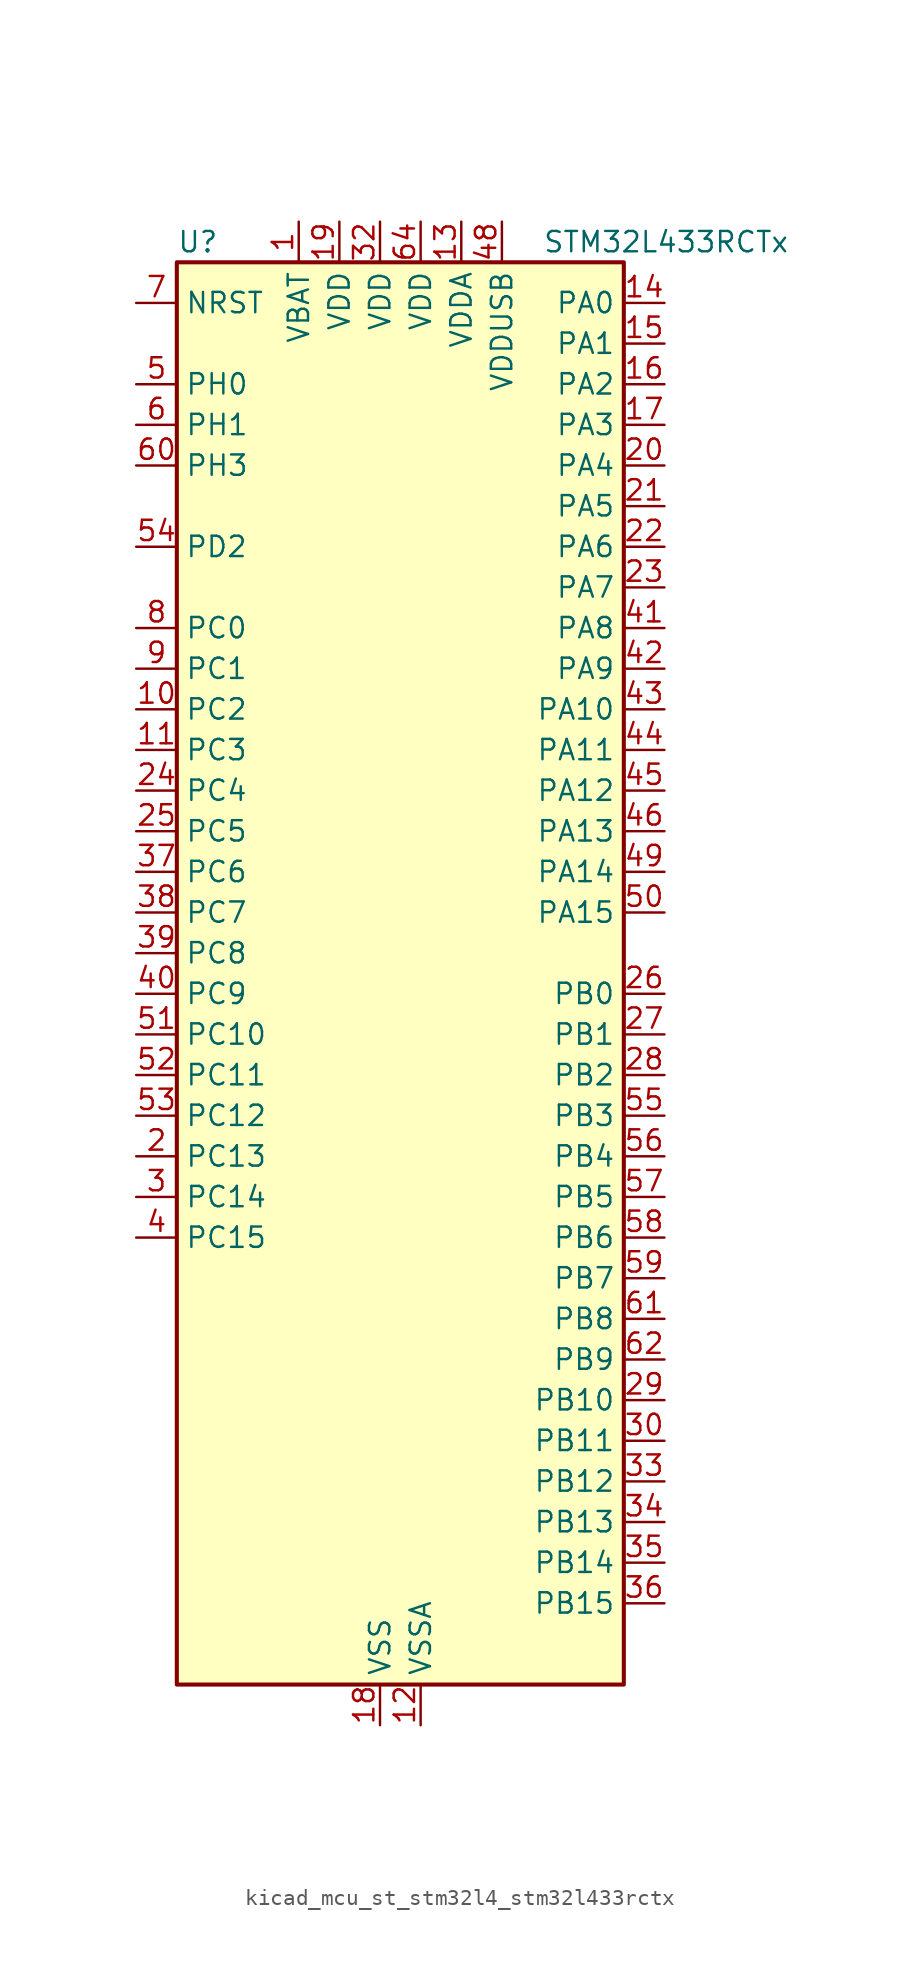
<source format=kicad_sym>
(kicad_symbol_lib
  (version 20220914)
  (generator kicad_symbol_editor)
  (symbol "kicad_mcu_st_stm32l4_stm32l433rctx"
    (property "Reference" "U"
      (at -12.7 46.99 0)
      (effects (font (size 1.27 1.27)) (justify left)))
    (property "Value" "STM32L433RCTx"
      (at 10.16 46.99 0)
      (effects (font (size 1.27 1.27)) (justify left)))
    (property "ki_locked" ""
      (at 0 0 0)
      (effects (font (size 1.27 1.27))))
    (symbol "kicad_mcu_st_stm32l4_stm32l433rctx_0_1"
      (rectangle (start -12.7 -43.18) (end 15.24 45.72) (stroke (width 0.254) (type default)) (fill (type background))))
    (symbol "kicad_mcu_st_stm32l4_stm32l433rctx_1_1"
      (pin power_in line (at -5.08 48.26 270) (length 2.54) (name "VBAT" (effects (font (size 1.27 1.27)))) (number "1" (effects (font (size 1.27 1.27)))))
      (pin bidirectional line (at -15.24 17.78 0) (length 2.54) (name "PC2" (effects (font (size 1.27 1.27)))) (number "10" (effects (font (size 1.27 1.27)))) (alternate "ADC1_IN3" bidirectional line) (alternate "LCD_SEG20" bidirectional line) (alternate "LPTIM1_IN2" bidirectional line) (alternate "SPI2_MISO" bidirectional line))
      (pin bidirectional line (at -15.24 15.24 0) (length 2.54) (name "PC3" (effects (font (size 1.27 1.27)))) (number "11" (effects (font (size 1.27 1.27)))) (alternate "ADC1_IN4" bidirectional line) (alternate "LCD_VLCD" bidirectional line) (alternate "LPTIM1_ETR" bidirectional line) (alternate "LPTIM2_ETR" bidirectional line) (alternate "SAI1_SD_A" bidirectional line) (alternate "SPI2_MOSI" bidirectional line))
      (pin power_in line (at 2.54 -45.72 90) (length 2.54) (name "VSSA" (effects (font (size 1.27 1.27)))) (number "12" (effects (font (size 1.27 1.27)))))
      (pin power_in line (at 5.08 48.26 270) (length 2.54) (name "VDDA" (effects (font (size 1.27 1.27)))) (number "13" (effects (font (size 1.27 1.27)))))
      (pin bidirectional line (at 17.78 43.18 180) (length 2.54) (name "PA0" (effects (font (size 1.27 1.27)))) (number "14" (effects (font (size 1.27 1.27)))) (alternate "ADC1_IN5" bidirectional line) (alternate "COMP1_INM" bidirectional line) (alternate "COMP1_OUT" bidirectional line) (alternate "OPAMP1_VINP" bidirectional line) (alternate "RTC_TAMP2" bidirectional line) (alternate "SAI1_EXTCLK" bidirectional line) (alternate "SYS_WKUP1" bidirectional line) (alternate "TIM2_CH1" bidirectional line) (alternate "TIM2_ETR" bidirectional line) (alternate "USART2_CTS" bidirectional line))
      (pin bidirectional line (at 17.78 40.64 180) (length 2.54) (name "PA1" (effects (font (size 1.27 1.27)))) (number "15" (effects (font (size 1.27 1.27)))) (alternate "ADC1_IN6" bidirectional line) (alternate "COMP1_INP" bidirectional line) (alternate "I2C1_SMBA" bidirectional line) (alternate "LCD_SEG0" bidirectional line) (alternate "OPAMP1_VINM" bidirectional line) (alternate "SPI1_SCK" bidirectional line) (alternate "TIM15_CH1N" bidirectional line) (alternate "TIM2_CH2" bidirectional line) (alternate "USART2_DE" bidirectional line) (alternate "USART2_RTS" bidirectional line))
      (pin bidirectional line (at 17.78 38.1 180) (length 2.54) (name "PA2" (effects (font (size 1.27 1.27)))) (number "16" (effects (font (size 1.27 1.27)))) (alternate "ADC1_IN7" bidirectional line) (alternate "COMP2_INM" bidirectional line) (alternate "COMP2_OUT" bidirectional line) (alternate "LCD_SEG1" bidirectional line) (alternate "LPUART1_TX" bidirectional line) (alternate "QUADSPI_BK1_NCS" bidirectional line) (alternate "RCC_LSCO" bidirectional line) (alternate "SYS_WKUP4" bidirectional line) (alternate "TIM15_CH1" bidirectional line) (alternate "TIM2_CH3" bidirectional line) (alternate "USART2_TX" bidirectional line))
      (pin bidirectional line (at 17.78 35.56 180) (length 2.54) (name "PA3" (effects (font (size 1.27 1.27)))) (number "17" (effects (font (size 1.27 1.27)))) (alternate "ADC1_IN8" bidirectional line) (alternate "COMP2_INP" bidirectional line) (alternate "LCD_SEG2" bidirectional line) (alternate "LPUART1_RX" bidirectional line) (alternate "OPAMP1_VOUT" bidirectional line) (alternate "QUADSPI_CLK" bidirectional line) (alternate "SAI1_MCLK_A" bidirectional line) (alternate "TIM15_CH2" bidirectional line) (alternate "TIM2_CH4" bidirectional line) (alternate "USART2_RX" bidirectional line))
      (pin power_in line (at 0 -45.72 90) (length 2.54) (name "VSS" (effects (font (size 1.27 1.27)))) (number "18" (effects (font (size 1.27 1.27)))))
      (pin power_in line (at -2.54 48.26 270) (length 2.54) (name "VDD" (effects (font (size 1.27 1.27)))) (number "19" (effects (font (size 1.27 1.27)))))
      (pin bidirectional line (at -15.24 -10.16 0) (length 2.54) (name "PC13" (effects (font (size 1.27 1.27)))) (number "2" (effects (font (size 1.27 1.27)))) (alternate "RTC_OUT_ALARM" bidirectional line) (alternate "RTC_OUT_CALIB" bidirectional line) (alternate "RTC_TAMP1" bidirectional line) (alternate "RTC_TS" bidirectional line) (alternate "SYS_WKUP2" bidirectional line))
      (pin bidirectional line (at 17.78 33.02 180) (length 2.54) (name "PA4" (effects (font (size 1.27 1.27)))) (number "20" (effects (font (size 1.27 1.27)))) (alternate "ADC1_IN9" bidirectional line) (alternate "COMP1_INM" bidirectional line) (alternate "COMP2_INM" bidirectional line) (alternate "DAC1_OUT1" bidirectional line) (alternate "LPTIM2_OUT" bidirectional line) (alternate "SAI1_FS_B" bidirectional line) (alternate "SPI1_NSS" bidirectional line) (alternate "SPI3_NSS" bidirectional line) (alternate "USART2_CK" bidirectional line))
      (pin bidirectional line (at 17.78 30.48 180) (length 2.54) (name "PA5" (effects (font (size 1.27 1.27)))) (number "21" (effects (font (size 1.27 1.27)))) (alternate "ADC1_IN10" bidirectional line) (alternate "COMP1_INM" bidirectional line) (alternate "COMP2_INM" bidirectional line) (alternate "DAC1_OUT2" bidirectional line) (alternate "LPTIM2_ETR" bidirectional line) (alternate "SPI1_SCK" bidirectional line) (alternate "TIM2_CH1" bidirectional line) (alternate "TIM2_ETR" bidirectional line))
      (pin bidirectional line (at 17.78 27.94 180) (length 2.54) (name "PA6" (effects (font (size 1.27 1.27)))) (number "22" (effects (font (size 1.27 1.27)))) (alternate "ADC1_IN11" bidirectional line) (alternate "COMP1_OUT" bidirectional line) (alternate "LCD_SEG3" bidirectional line) (alternate "LPUART1_CTS" bidirectional line) (alternate "QUADSPI_BK1_IO3" bidirectional line) (alternate "SPI1_MISO" bidirectional line) (alternate "TIM16_CH1" bidirectional line) (alternate "TIM1_BKIN" bidirectional line) (alternate "TIM1_BKIN_COMP2" bidirectional line) (alternate "USART3_CTS" bidirectional line))
      (pin bidirectional line (at 17.78 25.4 180) (length 2.54) (name "PA7" (effects (font (size 1.27 1.27)))) (number "23" (effects (font (size 1.27 1.27)))) (alternate "ADC1_IN12" bidirectional line) (alternate "COMP2_OUT" bidirectional line) (alternate "I2C3_SCL" bidirectional line) (alternate "LCD_SEG4" bidirectional line) (alternate "QUADSPI_BK1_IO2" bidirectional line) (alternate "SPI1_MOSI" bidirectional line) (alternate "TIM1_CH1N" bidirectional line))
      (pin bidirectional line (at -15.24 12.7 0) (length 2.54) (name "PC4" (effects (font (size 1.27 1.27)))) (number "24" (effects (font (size 1.27 1.27)))) (alternate "ADC1_IN13" bidirectional line) (alternate "COMP1_INM" bidirectional line) (alternate "LCD_SEG22" bidirectional line) (alternate "USART3_TX" bidirectional line))
      (pin bidirectional line (at -15.24 10.16 0) (length 2.54) (name "PC5" (effects (font (size 1.27 1.27)))) (number "25" (effects (font (size 1.27 1.27)))) (alternate "ADC1_IN14" bidirectional line) (alternate "COMP1_INP" bidirectional line) (alternate "LCD_SEG23" bidirectional line) (alternate "SYS_WKUP5" bidirectional line) (alternate "USART3_RX" bidirectional line))
      (pin bidirectional line (at 17.78 0 180) (length 2.54) (name "PB0" (effects (font (size 1.27 1.27)))) (number "26" (effects (font (size 1.27 1.27)))) (alternate "ADC1_IN15" bidirectional line) (alternate "COMP1_OUT" bidirectional line) (alternate "LCD_SEG5" bidirectional line) (alternate "QUADSPI_BK1_IO1" bidirectional line) (alternate "SAI1_EXTCLK" bidirectional line) (alternate "SPI1_NSS" bidirectional line) (alternate "TIM1_CH2N" bidirectional line) (alternate "USART3_CK" bidirectional line))
      (pin bidirectional line (at 17.78 -2.54 180) (length 2.54) (name "PB1" (effects (font (size 1.27 1.27)))) (number "27" (effects (font (size 1.27 1.27)))) (alternate "ADC1_IN16" bidirectional line) (alternate "COMP1_INM" bidirectional line) (alternate "LCD_SEG6" bidirectional line) (alternate "LPTIM2_IN1" bidirectional line) (alternate "LPUART1_DE" bidirectional line) (alternate "LPUART1_RTS" bidirectional line) (alternate "QUADSPI_BK1_IO0" bidirectional line) (alternate "TIM1_CH3N" bidirectional line) (alternate "USART3_DE" bidirectional line) (alternate "USART3_RTS" bidirectional line))
      (pin bidirectional line (at 17.78 -5.08 180) (length 2.54) (name "PB2" (effects (font (size 1.27 1.27)))) (number "28" (effects (font (size 1.27 1.27)))) (alternate "COMP1_INP" bidirectional line) (alternate "I2C3_SMBA" bidirectional line) (alternate "LCD_VLCD" bidirectional line) (alternate "LPTIM1_OUT" bidirectional line) (alternate "RTC_OUT_ALARM" bidirectional line) (alternate "RTC_OUT_CALIB" bidirectional line))
      (pin bidirectional line (at 17.78 -25.4 180) (length 2.54) (name "PB10" (effects (font (size 1.27 1.27)))) (number "29" (effects (font (size 1.27 1.27)))) (alternate "COMP1_OUT" bidirectional line) (alternate "I2C2_SCL" bidirectional line) (alternate "LCD_SEG10" bidirectional line) (alternate "LPUART1_RX" bidirectional line) (alternate "QUADSPI_CLK" bidirectional line) (alternate "SAI1_SCK_A" bidirectional line) (alternate "SPI2_SCK" bidirectional line) (alternate "TIM2_CH3" bidirectional line) (alternate "TSC_SYNC" bidirectional line) (alternate "USART3_TX" bidirectional line))
      (pin bidirectional line (at -15.24 -12.7 0) (length 2.54) (name "PC14" (effects (font (size 1.27 1.27)))) (number "3" (effects (font (size 1.27 1.27)))) (alternate "RCC_OSC32_IN" bidirectional line))
      (pin bidirectional line (at 17.78 -27.94 180) (length 2.54) (name "PB11" (effects (font (size 1.27 1.27)))) (number "30" (effects (font (size 1.27 1.27)))) (alternate "ADC1_EXTI11" bidirectional line) (alternate "COMP2_OUT" bidirectional line) (alternate "I2C2_SDA" bidirectional line) (alternate "LCD_SEG11" bidirectional line) (alternate "LPUART1_TX" bidirectional line) (alternate "QUADSPI_BK1_NCS" bidirectional line) (alternate "TIM2_CH4" bidirectional line) (alternate "USART3_RX" bidirectional line))
      (pin passive line (at 0 -45.72 90) (length 2.54) hide (name "VSS" (effects (font (size 1.27 1.27)))) (number "31" (effects (font (size 1.27 1.27)))))
      (pin power_in line (at 0 48.26 270) (length 2.54) (name "VDD" (effects (font (size 1.27 1.27)))) (number "32" (effects (font (size 1.27 1.27)))))
      (pin bidirectional line (at 17.78 -30.48 180) (length 2.54) (name "PB12" (effects (font (size 1.27 1.27)))) (number "33" (effects (font (size 1.27 1.27)))) (alternate "I2C2_SMBA" bidirectional line) (alternate "LCD_SEG12" bidirectional line) (alternate "LPUART1_DE" bidirectional line) (alternate "LPUART1_RTS" bidirectional line) (alternate "SAI1_FS_A" bidirectional line) (alternate "SPI2_NSS" bidirectional line) (alternate "SWPMI1_IO" bidirectional line) (alternate "TIM15_BKIN" bidirectional line) (alternate "TIM1_BKIN" bidirectional line) (alternate "TIM1_BKIN_COMP2" bidirectional line) (alternate "TSC_G1_IO1" bidirectional line) (alternate "USART3_CK" bidirectional line))
      (pin bidirectional line (at 17.78 -33.02 180) (length 2.54) (name "PB13" (effects (font (size 1.27 1.27)))) (number "34" (effects (font (size 1.27 1.27)))) (alternate "I2C2_SCL" bidirectional line) (alternate "LCD_SEG13" bidirectional line) (alternate "LPUART1_CTS" bidirectional line) (alternate "SAI1_SCK_A" bidirectional line) (alternate "SPI2_SCK" bidirectional line) (alternate "SWPMI1_TX" bidirectional line) (alternate "TIM15_CH1N" bidirectional line) (alternate "TIM1_CH1N" bidirectional line) (alternate "TSC_G1_IO2" bidirectional line) (alternate "USART3_CTS" bidirectional line))
      (pin bidirectional line (at 17.78 -35.56 180) (length 2.54) (name "PB14" (effects (font (size 1.27 1.27)))) (number "35" (effects (font (size 1.27 1.27)))) (alternate "I2C2_SDA" bidirectional line) (alternate "LCD_SEG14" bidirectional line) (alternate "SAI1_MCLK_A" bidirectional line) (alternate "SPI2_MISO" bidirectional line) (alternate "SWPMI1_RX" bidirectional line) (alternate "TIM15_CH1" bidirectional line) (alternate "TIM1_CH2N" bidirectional line) (alternate "TSC_G1_IO3" bidirectional line) (alternate "USART3_DE" bidirectional line) (alternate "USART3_RTS" bidirectional line))
      (pin bidirectional line (at 17.78 -38.1 180) (length 2.54) (name "PB15" (effects (font (size 1.27 1.27)))) (number "36" (effects (font (size 1.27 1.27)))) (alternate "ADC1_EXTI15" bidirectional line) (alternate "LCD_SEG15" bidirectional line) (alternate "RTC_REFIN" bidirectional line) (alternate "SAI1_SD_A" bidirectional line) (alternate "SPI2_MOSI" bidirectional line) (alternate "SWPMI1_SUSPEND" bidirectional line) (alternate "TIM15_CH2" bidirectional line) (alternate "TIM1_CH3N" bidirectional line) (alternate "TSC_G1_IO4" bidirectional line))
      (pin bidirectional line (at -15.24 7.62 0) (length 2.54) (name "PC6" (effects (font (size 1.27 1.27)))) (number "37" (effects (font (size 1.27 1.27)))) (alternate "LCD_SEG24" bidirectional line) (alternate "SDMMC1_D6" bidirectional line) (alternate "TSC_G4_IO1" bidirectional line))
      (pin bidirectional line (at -15.24 5.08 0) (length 2.54) (name "PC7" (effects (font (size 1.27 1.27)))) (number "38" (effects (font (size 1.27 1.27)))) (alternate "LCD_SEG25" bidirectional line) (alternate "SDMMC1_D7" bidirectional line) (alternate "TSC_G4_IO2" bidirectional line))
      (pin bidirectional line (at -15.24 2.54 0) (length 2.54) (name "PC8" (effects (font (size 1.27 1.27)))) (number "39" (effects (font (size 1.27 1.27)))) (alternate "LCD_SEG26" bidirectional line) (alternate "SDMMC1_D0" bidirectional line) (alternate "TSC_G4_IO3" bidirectional line))
      (pin bidirectional line (at -15.24 -15.24 0) (length 2.54) (name "PC15" (effects (font (size 1.27 1.27)))) (number "4" (effects (font (size 1.27 1.27)))) (alternate "ADC1_EXTI15" bidirectional line) (alternate "RCC_OSC32_OUT" bidirectional line))
      (pin bidirectional line (at -15.24 0 0) (length 2.54) (name "PC9" (effects (font (size 1.27 1.27)))) (number "40" (effects (font (size 1.27 1.27)))) (alternate "DAC1_EXTI9" bidirectional line) (alternate "LCD_SEG27" bidirectional line) (alternate "SDMMC1_D1" bidirectional line) (alternate "TSC_G4_IO4" bidirectional line) (alternate "USB_NOE" bidirectional line))
      (pin bidirectional line (at 17.78 22.86 180) (length 2.54) (name "PA8" (effects (font (size 1.27 1.27)))) (number "41" (effects (font (size 1.27 1.27)))) (alternate "LCD_COM0" bidirectional line) (alternate "LPTIM2_OUT" bidirectional line) (alternate "RCC_MCO" bidirectional line) (alternate "SAI1_SCK_A" bidirectional line) (alternate "SWPMI1_IO" bidirectional line) (alternate "TIM1_CH1" bidirectional line) (alternate "USART1_CK" bidirectional line))
      (pin bidirectional line (at 17.78 20.32 180) (length 2.54) (name "PA9" (effects (font (size 1.27 1.27)))) (number "42" (effects (font (size 1.27 1.27)))) (alternate "DAC1_EXTI9" bidirectional line) (alternate "I2C1_SCL" bidirectional line) (alternate "LCD_COM1" bidirectional line) (alternate "SAI1_FS_A" bidirectional line) (alternate "TIM15_BKIN" bidirectional line) (alternate "TIM1_CH2" bidirectional line) (alternate "USART1_TX" bidirectional line))
      (pin bidirectional line (at 17.78 17.78 180) (length 2.54) (name "PA10" (effects (font (size 1.27 1.27)))) (number "43" (effects (font (size 1.27 1.27)))) (alternate "CRS_SYNC" bidirectional line) (alternate "I2C1_SDA" bidirectional line) (alternate "LCD_COM2" bidirectional line) (alternate "SAI1_SD_A" bidirectional line) (alternate "TIM1_CH3" bidirectional line) (alternate "USART1_RX" bidirectional line))
      (pin bidirectional line (at 17.78 15.24 180) (length 2.54) (name "PA11" (effects (font (size 1.27 1.27)))) (number "44" (effects (font (size 1.27 1.27)))) (alternate "ADC1_EXTI11" bidirectional line) (alternate "CAN1_RX" bidirectional line) (alternate "COMP1_OUT" bidirectional line) (alternate "SPI1_MISO" bidirectional line) (alternate "TIM1_BKIN2" bidirectional line) (alternate "TIM1_BKIN2_COMP1" bidirectional line) (alternate "TIM1_CH4" bidirectional line) (alternate "USART1_CTS" bidirectional line) (alternate "USB_DM" bidirectional line))
      (pin bidirectional line (at 17.78 12.7 180) (length 2.54) (name "PA12" (effects (font (size 1.27 1.27)))) (number "45" (effects (font (size 1.27 1.27)))) (alternate "CAN1_TX" bidirectional line) (alternate "SPI1_MOSI" bidirectional line) (alternate "TIM1_ETR" bidirectional line) (alternate "USART1_DE" bidirectional line) (alternate "USART1_RTS" bidirectional line) (alternate "USB_DP" bidirectional line))
      (pin bidirectional line (at 17.78 10.16 180) (length 2.54) (name "PA13" (effects (font (size 1.27 1.27)))) (number "46" (effects (font (size 1.27 1.27)))) (alternate "IR_OUT" bidirectional line) (alternate "SAI1_SD_B" bidirectional line) (alternate "SWPMI1_TX" bidirectional line) (alternate "SYS_JTMS-SWDIO" bidirectional line) (alternate "USB_NOE" bidirectional line))
      (pin passive line (at 0 -45.72 90) (length 2.54) hide (name "VSS" (effects (font (size 1.27 1.27)))) (number "47" (effects (font (size 1.27 1.27)))))
      (pin power_in line (at 7.62 48.26 270) (length 2.54) (name "VDDUSB" (effects (font (size 1.27 1.27)))) (number "48" (effects (font (size 1.27 1.27)))))
      (pin bidirectional line (at 17.78 7.62 180) (length 2.54) (name "PA14" (effects (font (size 1.27 1.27)))) (number "49" (effects (font (size 1.27 1.27)))) (alternate "I2C1_SMBA" bidirectional line) (alternate "LPTIM1_OUT" bidirectional line) (alternate "SAI1_FS_B" bidirectional line) (alternate "SWPMI1_RX" bidirectional line) (alternate "SYS_JTCK-SWCLK" bidirectional line))
      (pin bidirectional line (at -15.24 38.1 0) (length 2.54) (name "PH0" (effects (font (size 1.27 1.27)))) (number "5" (effects (font (size 1.27 1.27)))) (alternate "RCC_OSC_IN" bidirectional line))
      (pin bidirectional line (at 17.78 5.08 180) (length 2.54) (name "PA15" (effects (font (size 1.27 1.27)))) (number "50" (effects (font (size 1.27 1.27)))) (alternate "ADC1_EXTI15" bidirectional line) (alternate "LCD_SEG17" bidirectional line) (alternate "SPI1_NSS" bidirectional line) (alternate "SPI3_NSS" bidirectional line) (alternate "SWPMI1_SUSPEND" bidirectional line) (alternate "SYS_JTDI" bidirectional line) (alternate "TIM2_CH1" bidirectional line) (alternate "TIM2_ETR" bidirectional line) (alternate "TSC_G3_IO1" bidirectional line) (alternate "USART2_RX" bidirectional line) (alternate "USART3_DE" bidirectional line) (alternate "USART3_RTS" bidirectional line))
      (pin bidirectional line (at -15.24 -2.54 0) (length 2.54) (name "PC10" (effects (font (size 1.27 1.27)))) (number "51" (effects (font (size 1.27 1.27)))) (alternate "LCD_COM4" bidirectional line) (alternate "LCD_SEG28" bidirectional line) (alternate "LCD_SEG40" bidirectional line) (alternate "SDMMC1_D2" bidirectional line) (alternate "SPI3_SCK" bidirectional line) (alternate "TSC_G3_IO2" bidirectional line) (alternate "USART3_TX" bidirectional line))
      (pin bidirectional line (at -15.24 -5.08 0) (length 2.54) (name "PC11" (effects (font (size 1.27 1.27)))) (number "52" (effects (font (size 1.27 1.27)))) (alternate "ADC1_EXTI11" bidirectional line) (alternate "LCD_COM5" bidirectional line) (alternate "LCD_SEG29" bidirectional line) (alternate "LCD_SEG41" bidirectional line) (alternate "SDMMC1_D3" bidirectional line) (alternate "SPI3_MISO" bidirectional line) (alternate "TSC_G3_IO3" bidirectional line) (alternate "USART3_RX" bidirectional line))
      (pin bidirectional line (at -15.24 -7.62 0) (length 2.54) (name "PC12" (effects (font (size 1.27 1.27)))) (number "53" (effects (font (size 1.27 1.27)))) (alternate "LCD_COM6" bidirectional line) (alternate "LCD_SEG30" bidirectional line) (alternate "LCD_SEG42" bidirectional line) (alternate "SDMMC1_CK" bidirectional line) (alternate "SPI3_MOSI" bidirectional line) (alternate "TSC_G3_IO4" bidirectional line) (alternate "USART3_CK" bidirectional line))
      (pin bidirectional line (at -15.24 27.94 0) (length 2.54) (name "PD2" (effects (font (size 1.27 1.27)))) (number "54" (effects (font (size 1.27 1.27)))) (alternate "LCD_COM7" bidirectional line) (alternate "LCD_SEG31" bidirectional line) (alternate "LCD_SEG43" bidirectional line) (alternate "SDMMC1_CMD" bidirectional line) (alternate "TSC_SYNC" bidirectional line) (alternate "USART3_DE" bidirectional line) (alternate "USART3_RTS" bidirectional line))
      (pin bidirectional line (at 17.78 -7.62 180) (length 2.54) (name "PB3" (effects (font (size 1.27 1.27)))) (number "55" (effects (font (size 1.27 1.27)))) (alternate "COMP2_INM" bidirectional line) (alternate "LCD_SEG7" bidirectional line) (alternate "SAI1_SCK_B" bidirectional line) (alternate "SPI1_SCK" bidirectional line) (alternate "SPI3_SCK" bidirectional line) (alternate "SYS_JTDO-SWO" bidirectional line) (alternate "TIM2_CH2" bidirectional line) (alternate "USART1_DE" bidirectional line) (alternate "USART1_RTS" bidirectional line))
      (pin bidirectional line (at 17.78 -10.16 180) (length 2.54) (name "PB4" (effects (font (size 1.27 1.27)))) (number "56" (effects (font (size 1.27 1.27)))) (alternate "COMP2_INP" bidirectional line) (alternate "I2C3_SDA" bidirectional line) (alternate "LCD_SEG8" bidirectional line) (alternate "SAI1_MCLK_B" bidirectional line) (alternate "SPI1_MISO" bidirectional line) (alternate "SPI3_MISO" bidirectional line) (alternate "SYS_JTRST" bidirectional line) (alternate "TSC_G2_IO1" bidirectional line) (alternate "USART1_CTS" bidirectional line))
      (pin bidirectional line (at 17.78 -12.7 180) (length 2.54) (name "PB5" (effects (font (size 1.27 1.27)))) (number "57" (effects (font (size 1.27 1.27)))) (alternate "COMP2_OUT" bidirectional line) (alternate "I2C1_SMBA" bidirectional line) (alternate "LCD_SEG9" bidirectional line) (alternate "LPTIM1_IN1" bidirectional line) (alternate "SAI1_SD_B" bidirectional line) (alternate "SPI1_MOSI" bidirectional line) (alternate "SPI3_MOSI" bidirectional line) (alternate "TIM16_BKIN" bidirectional line) (alternate "TSC_G2_IO2" bidirectional line) (alternate "USART1_CK" bidirectional line))
      (pin bidirectional line (at 17.78 -15.24 180) (length 2.54) (name "PB6" (effects (font (size 1.27 1.27)))) (number "58" (effects (font (size 1.27 1.27)))) (alternate "COMP2_INP" bidirectional line) (alternate "I2C1_SCL" bidirectional line) (alternate "LPTIM1_ETR" bidirectional line) (alternate "SAI1_FS_B" bidirectional line) (alternate "TIM16_CH1N" bidirectional line) (alternate "TSC_G2_IO3" bidirectional line) (alternate "USART1_TX" bidirectional line))
      (pin bidirectional line (at 17.78 -17.78 180) (length 2.54) (name "PB7" (effects (font (size 1.27 1.27)))) (number "59" (effects (font (size 1.27 1.27)))) (alternate "COMP2_INM" bidirectional line) (alternate "I2C1_SDA" bidirectional line) (alternate "LCD_SEG21" bidirectional line) (alternate "LPTIM1_IN2" bidirectional line) (alternate "SYS_PVD_IN" bidirectional line) (alternate "TSC_G2_IO4" bidirectional line) (alternate "USART1_RX" bidirectional line))
      (pin bidirectional line (at -15.24 35.56 0) (length 2.54) (name "PH1" (effects (font (size 1.27 1.27)))) (number "6" (effects (font (size 1.27 1.27)))) (alternate "RCC_OSC_OUT" bidirectional line))
      (pin bidirectional line (at -15.24 33.02 0) (length 2.54) (name "PH3" (effects (font (size 1.27 1.27)))) (number "60" (effects (font (size 1.27 1.27)))))
      (pin bidirectional line (at 17.78 -20.32 180) (length 2.54) (name "PB8" (effects (font (size 1.27 1.27)))) (number "61" (effects (font (size 1.27 1.27)))) (alternate "CAN1_RX" bidirectional line) (alternate "I2C1_SCL" bidirectional line) (alternate "LCD_SEG16" bidirectional line) (alternate "SAI1_MCLK_A" bidirectional line) (alternate "SDMMC1_D4" bidirectional line) (alternate "TIM16_CH1" bidirectional line))
      (pin bidirectional line (at 17.78 -22.86 180) (length 2.54) (name "PB9" (effects (font (size 1.27 1.27)))) (number "62" (effects (font (size 1.27 1.27)))) (alternate "CAN1_TX" bidirectional line) (alternate "DAC1_EXTI9" bidirectional line) (alternate "I2C1_SDA" bidirectional line) (alternate "IR_OUT" bidirectional line) (alternate "LCD_COM3" bidirectional line) (alternate "SAI1_FS_A" bidirectional line) (alternate "SDMMC1_D5" bidirectional line) (alternate "SPI2_NSS" bidirectional line))
      (pin passive line (at 0 -45.72 90) (length 2.54) hide (name "VSS" (effects (font (size 1.27 1.27)))) (number "63" (effects (font (size 1.27 1.27)))))
      (pin power_in line (at 2.54 48.26 270) (length 2.54) (name "VDD" (effects (font (size 1.27 1.27)))) (number "64" (effects (font (size 1.27 1.27)))))
      (pin input line (at -15.24 43.18 0) (length 2.54) (name "NRST" (effects (font (size 1.27 1.27)))) (number "7" (effects (font (size 1.27 1.27)))))
      (pin bidirectional line (at -15.24 22.86 0) (length 2.54) (name "PC0" (effects (font (size 1.27 1.27)))) (number "8" (effects (font (size 1.27 1.27)))) (alternate "ADC1_IN1" bidirectional line) (alternate "I2C3_SCL" bidirectional line) (alternate "LCD_SEG18" bidirectional line) (alternate "LPTIM1_IN1" bidirectional line) (alternate "LPTIM2_IN1" bidirectional line) (alternate "LPUART1_RX" bidirectional line))
      (pin bidirectional line (at -15.24 20.32 0) (length 2.54) (name "PC1" (effects (font (size 1.27 1.27)))) (number "9" (effects (font (size 1.27 1.27)))) (alternate "ADC1_IN2" bidirectional line) (alternate "I2C3_SDA" bidirectional line) (alternate "LCD_SEG19" bidirectional line) (alternate "LPTIM1_OUT" bidirectional line) (alternate "LPUART1_TX" bidirectional line)))))
</source>
